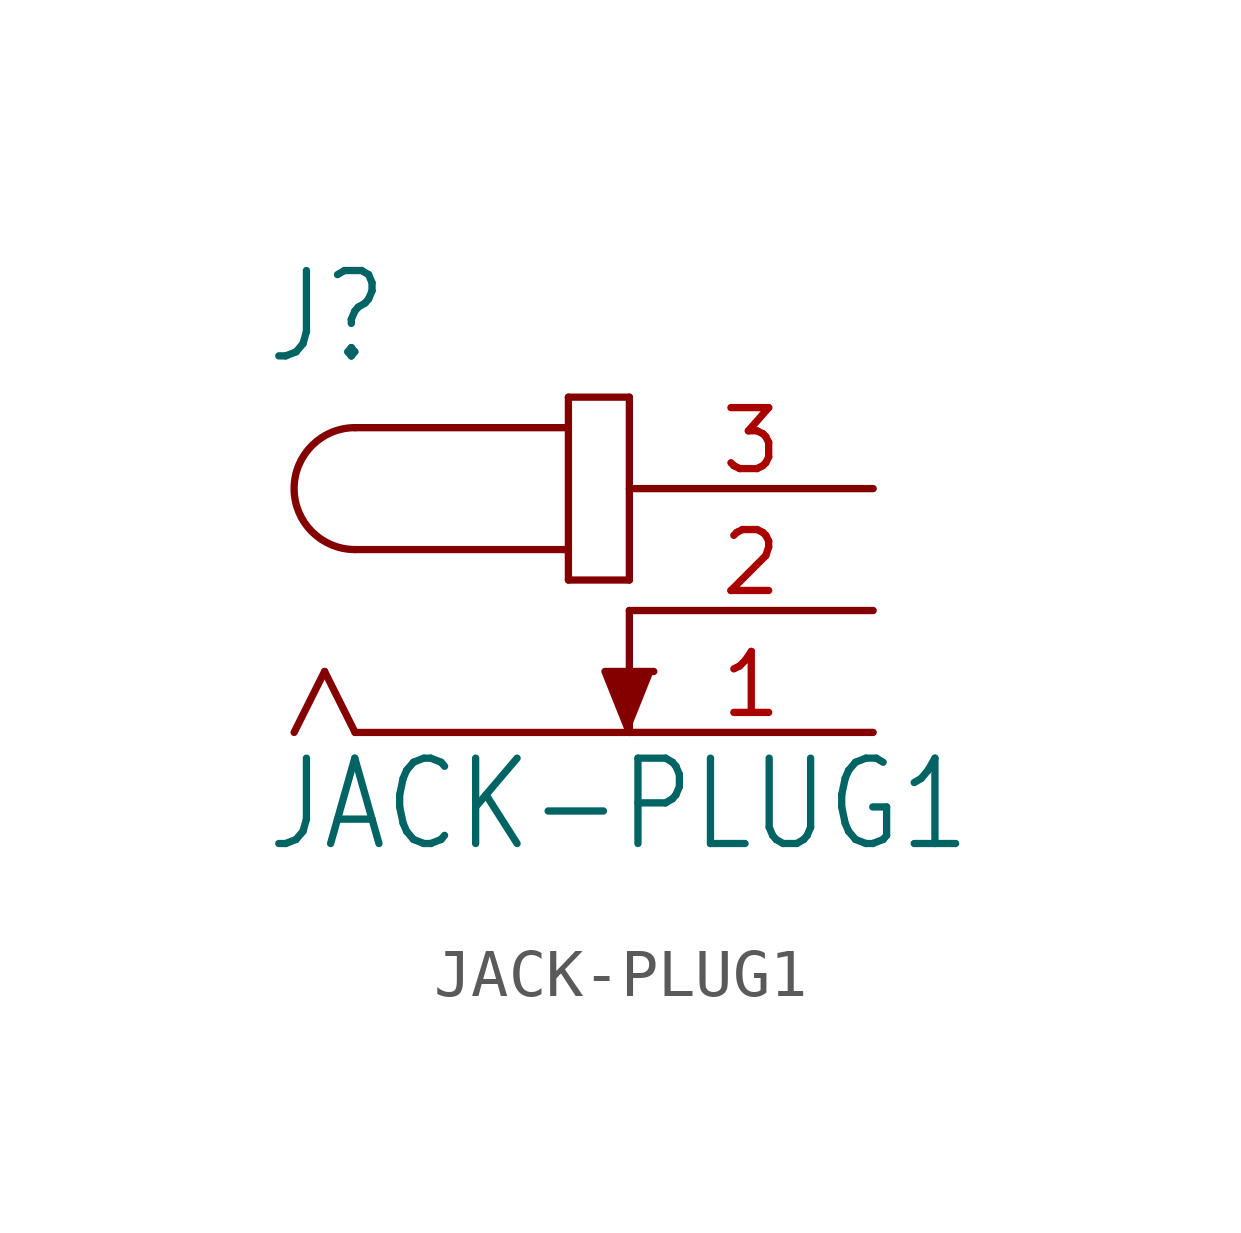
<source format=kicad_sym>
(kicad_symbol_lib
  (version 20211014)
  (generator kicad_symbol_editor)
  (symbol "JACK-PLUG1"
    (property "Reference" "J"
      (at -7.62 5.08 0)
      (effects (font (size 1.778 1.511)) (justify left bottom)))
    (property "Value" "JACK-PLUG1"
      (at -7.62 -5.08 0)
      (effects (font (size 1.778 1.511)) (justify left bottom)))
    (property "ki_locked" ""
      (at 0 0 0)
      (effects (font (size 1.27 1.27))))
    (symbol "JACK-PLUG1_1_0"
      (arc (start -5.715 3.81) (mid -6.985 2.54) (end -5.715 1.27) (stroke (width 0.1524) (type default) (color 0 0 0 0)) (fill (type none)))
      (polyline (pts (xy -6.35 -1.27) (xy -6.985 -2.54)) (stroke (width 0.152) (type default) (color 0 0 0 0)) (fill (type none)))
      (polyline (pts (xy -5.715 -2.54) (xy -6.35 -1.27)) (stroke (width 0.152) (type default) (color 0 0 0 0)) (fill (type none)))
      (polyline (pts (xy -5.715 3.81) (xy -1.27 3.81)) (stroke (width 0.152) (type default) (color 0 0 0 0)) (fill (type none)))
      (polyline (pts (xy -1.27 0.635) (xy 0 0.635)) (stroke (width 0.152) (type default) (color 0 0 0 0)) (fill (type none)))
      (polyline (pts (xy -1.27 1.27) (xy -5.715 1.27)) (stroke (width 0.152) (type default) (color 0 0 0 0)) (fill (type none)))
      (polyline (pts (xy -1.27 1.27) (xy -1.27 0.635)) (stroke (width 0.152) (type default) (color 0 0 0 0)) (fill (type none)))
      (polyline (pts (xy -1.27 3.81) (xy -1.27 1.27)) (stroke (width 0.152) (type default) (color 0 0 0 0)) (fill (type none)))
      (polyline (pts (xy -1.27 4.445) (xy -1.27 3.81)) (stroke (width 0.152) (type default) (color 0 0 0 0)) (fill (type none)))
      (polyline (pts (xy 0 -2.54) (xy -5.715 -2.54)) (stroke (width 0.152) (type default) (color 0 0 0 0)) (fill (type none)))
      (polyline (pts (xy 0 0) (xy 0 -2.54)) (stroke (width 0.152) (type default) (color 0 0 0 0)) (fill (type none)))
      (polyline (pts (xy 0 0.635) (xy 0 4.445)) (stroke (width 0.152) (type default) (color 0 0 0 0)) (fill (type none)))
      (polyline (pts (xy 0 4.445) (xy -1.27 4.445)) (stroke (width 0.152) (type default) (color 0 0 0 0)) (fill (type none)))
      (polyline (pts (xy 0 -2.54) (xy -0.508 -1.27) (xy 0.508 -1.27)) (stroke (width 0) (type default) (color 0 0 0 0)) (fill (type outline)))
      (pin passive line (at 5.08 -2.54 180) (length 5.08) (name "1" (effects (font (size 0 0)))) (number "1" (effects (font (size 1.27 1.27)))))
      (pin passive line (at 5.08 0 180) (length 5.08) (name "2" (effects (font (size 0 0)))) (number "2" (effects (font (size 1.27 1.27)))))
      (pin passive line (at 5.08 2.54 180) (length 5.08) (name "3" (effects (font (size 0 0)))) (number "3" (effects (font (size 1.27 1.27))))))))
</source>
